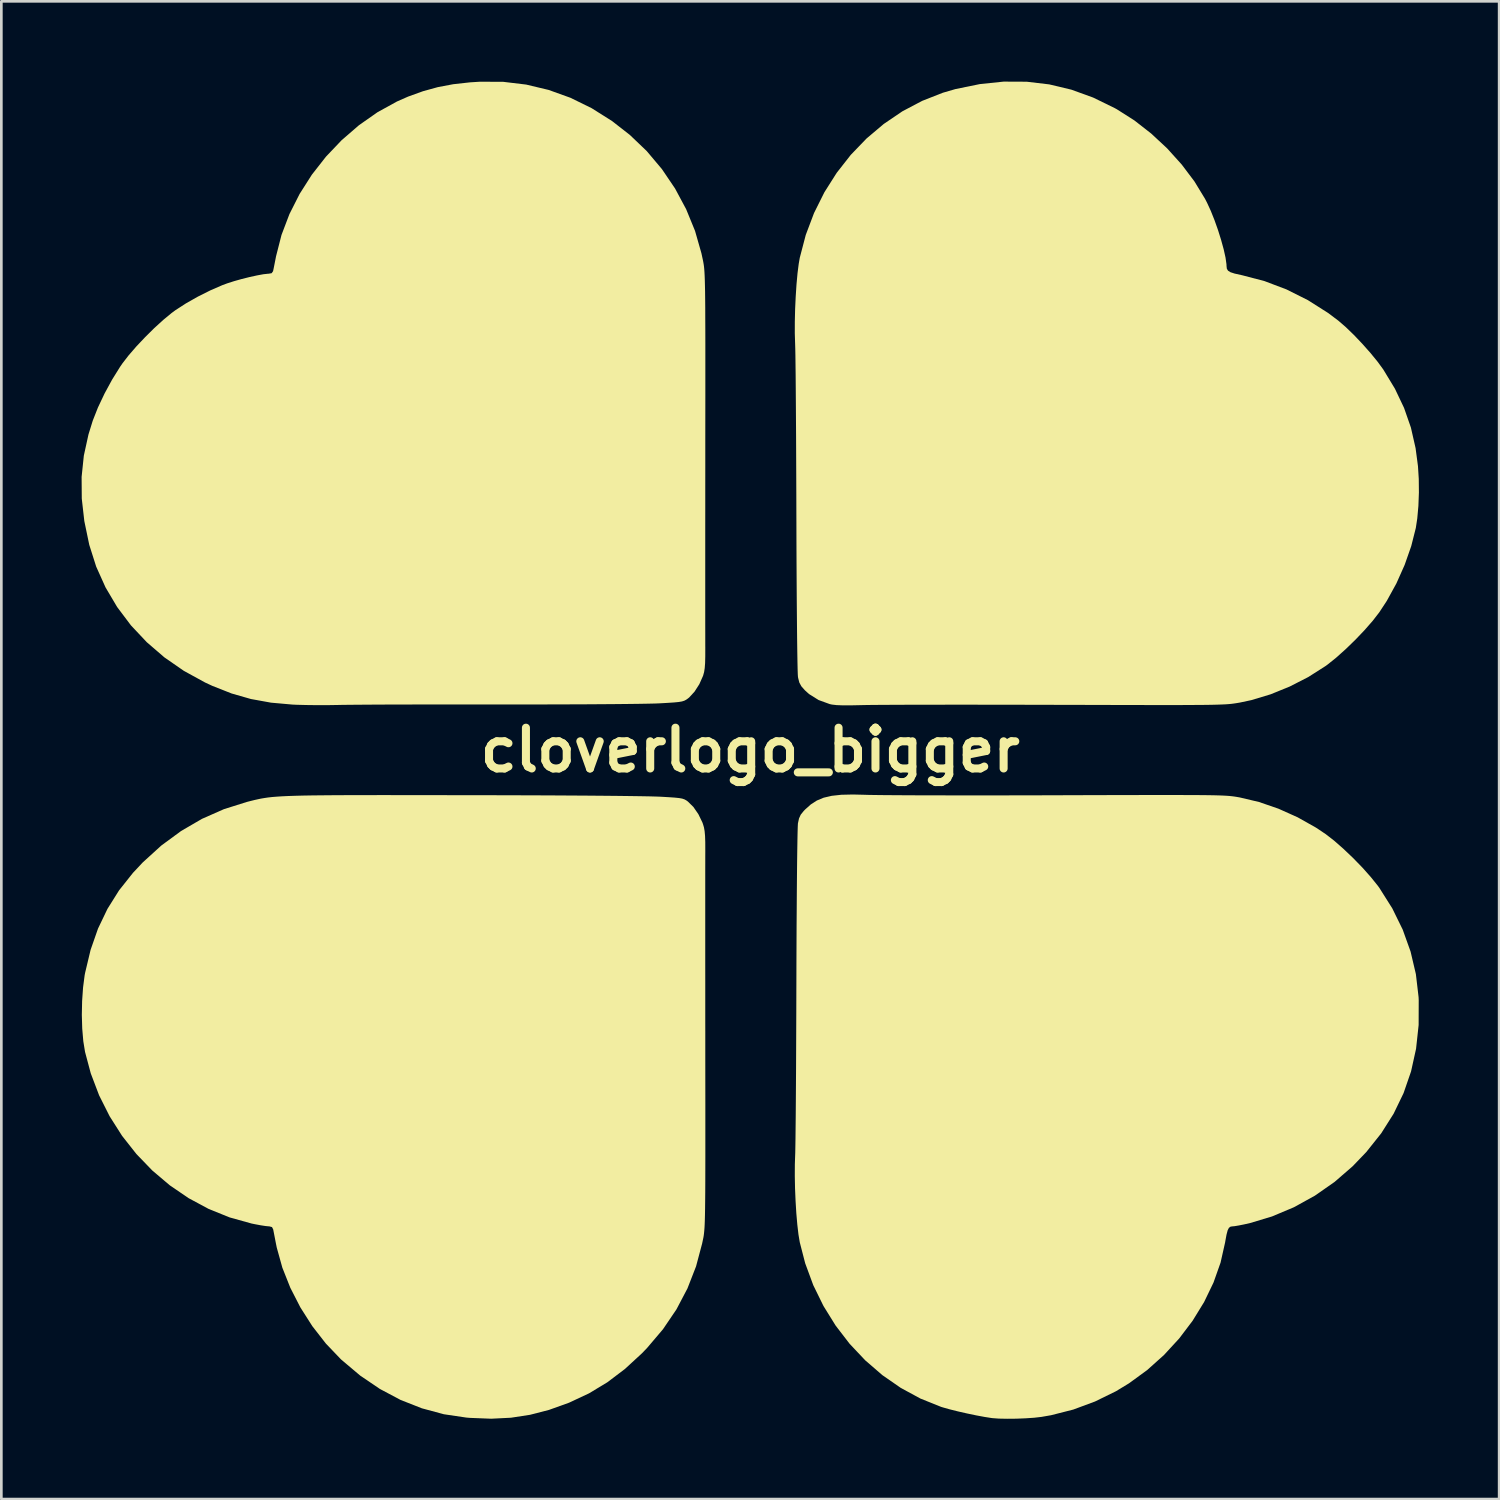
<source format=kicad_pcb>
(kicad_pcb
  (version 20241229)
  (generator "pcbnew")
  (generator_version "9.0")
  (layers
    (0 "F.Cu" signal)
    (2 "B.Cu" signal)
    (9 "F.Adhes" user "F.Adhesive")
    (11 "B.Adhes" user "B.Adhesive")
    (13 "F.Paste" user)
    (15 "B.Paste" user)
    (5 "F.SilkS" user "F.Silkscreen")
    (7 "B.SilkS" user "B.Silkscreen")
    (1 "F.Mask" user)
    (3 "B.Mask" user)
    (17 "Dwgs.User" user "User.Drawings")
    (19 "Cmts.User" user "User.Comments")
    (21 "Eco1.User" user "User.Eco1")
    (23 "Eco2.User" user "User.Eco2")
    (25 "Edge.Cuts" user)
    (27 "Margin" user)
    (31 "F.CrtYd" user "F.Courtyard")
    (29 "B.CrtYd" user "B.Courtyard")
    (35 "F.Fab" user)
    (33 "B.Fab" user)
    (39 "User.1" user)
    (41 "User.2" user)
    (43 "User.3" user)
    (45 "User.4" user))
  (footprint "cloverlogo_bigger"
    (layer "F.Cu")
    (at 24.987 24.98)
    (property "Reference" "cloverlogo_bigger" (at 0 0 0) (layer "F.SilkS") (effects (font (size 1.524 1.524) (thickness 0.3))))
    (attr board_only exclude_from_pos_files exclude_from_bom)
    (fp_poly (pts (xy 4.25 1.672) (xy 4.417 1.677) (xy 4.676 1.681) (xy 5.02 1.685) (xy 5.442 1.688) (xy 5.932 1.691) (xy 6.485 1.693) (xy 7.093 1.694) (xy 7.747 1.695) (xy 8.44 1.695) (xy 9.166 1.695) (xy 9.915 1.694) (xy 10.68 1.692) (xy 10.85 1.692) (xy 11.816 1.689) (xy 12.687 1.686) (xy 13.469 1.684) (xy 14.167 1.683) (xy 14.786 1.681) (xy 15.332 1.681) (xy 15.809 1.681) (xy 16.224 1.682) (xy 16.582 1.683) (xy 16.887 1.685) (xy 17.145 1.688) (xy 17.363 1.692) (xy 17.543 1.697) (xy 17.694 1.703) (xy 17.818 1.71) (xy 17.922 1.718) (xy 18.012 1.728) (xy 18.092 1.738) (xy 18.168 1.75) (xy 18.244 1.763) (xy 18.3 1.773) (xy 19.015 1.942) (xy 19.743 2.193) (xy 20.46 2.515) (xy 21.142 2.899) (xy 21.5 3.138) (xy 21.817 3.383) (xy 22.166 3.689) (xy 22.527 4.032) (xy 22.877 4.392) (xy 23.193 4.747) (xy 23.455 5.073) (xy 23.511 5.15) (xy 23.995 5.917) (xy 24.385 6.712) (xy 24.679 7.532) (xy 24.877 8.374) (xy 24.978 9.235) (xy 24.983 9.35) (xy 24.98 10.277) (xy 24.884 11.163) (xy 24.697 12.01) (xy 24.418 12.819) (xy 24.046 13.59) (xy 23.581 14.325) (xy 23.023 15.025) (xy 22.515 15.554) (xy 21.837 16.142) (xy 21.102 16.655) (xy 20.319 17.087) (xy 19.501 17.431) (xy 18.687 17.676) (xy 18.459 17.728) (xy 18.253 17.769) (xy 18.098 17.795) (xy 18.036 17.8) (xy 17.953 17.811) (xy 17.891 17.855) (xy 17.843 17.949) (xy 17.801 18.107) (xy 17.757 18.345) (xy 17.748 18.4) (xy 17.578 19.155) (xy 17.314 19.901) (xy 16.963 20.629) (xy 16.533 21.329) (xy 16.031 21.992) (xy 15.463 22.609) (xy 14.836 23.171) (xy 14.156 23.667) (xy 13.669 23.963) (xy 12.888 24.346) (xy 12.074 24.648) (xy 11.246 24.859) (xy 10.884 24.922) (xy 10.615 24.953) (xy 10.291 24.975) (xy 9.943 24.989) (xy 9.599 24.992) (xy 9.291 24.986) (xy 9.048 24.968) (xy 9.025 24.965) (xy 8.763 24.924) (xy 8.444 24.865) (xy 8.1 24.793) (xy 7.757 24.715) (xy 7.446 24.637) (xy 7.195 24.566) (xy 7.133 24.547) (xy 6.362 24.237) (xy 5.629 23.84) (xy 4.939 23.362) (xy 4.299 22.809) (xy 3.715 22.19) (xy 3.193 21.511) (xy 2.738 20.778) (xy 2.356 19.999) (xy 2.054 19.18) (xy 1.852 18.397) (xy 1.803 18.105) (xy 1.76 17.735) (xy 1.723 17.309) (xy 1.695 16.85) (xy 1.675 16.379) (xy 1.666 15.918) (xy 1.668 15.489) (xy 1.678 15.187) (xy 1.683 15.053) (xy 1.687 14.826) (xy 1.692 14.513) (xy 1.696 14.122) (xy 1.701 13.66) (xy 1.705 13.133) (xy 1.709 12.55) (xy 1.713 11.917) (xy 1.716 11.242) (xy 1.719 10.531) (xy 1.722 9.792) (xy 1.724 9.032) (xy 1.725 8.787) (xy 1.727 8.026) (xy 1.73 7.29) (xy 1.733 6.586) (xy 1.738 5.92) (xy 1.742 5.299) (xy 1.747 4.729) (xy 1.752 4.217) (xy 1.758 3.77) (xy 1.764 3.394) (xy 1.77 3.095) (xy 1.776 2.881) (xy 1.782 2.758) (xy 1.784 2.737) (xy 1.824 2.555) (xy 1.888 2.416) (xy 2 2.277) (xy 2.053 2.222) (xy 2.263 2.034) (xy 2.489 1.888) (xy 2.746 1.781) (xy 3.047 1.711) (xy 3.405 1.672) (xy 3.836 1.662)) (stroke (width 0) (type solid)) (fill yes) (layer "F.SilkS"))
    (fp_poly (pts (xy 10.334 -24.976) (xy 11.177 -24.876) (xy 12.003 -24.679) (xy 12.816 -24.384) (xy 13.619 -23.992) (xy 13.699 -23.948) (xy 14.355 -23.531) (xy 14.987 -23.038) (xy 15.583 -22.483) (xy 16.126 -21.881) (xy 16.602 -21.249) (xy 16.996 -20.602) (xy 17.072 -20.455) (xy 17.212 -20.151) (xy 17.351 -19.803) (xy 17.482 -19.434) (xy 17.598 -19.063) (xy 17.694 -18.713) (xy 17.763 -18.404) (xy 17.798 -18.157) (xy 17.801 -18.088) (xy 17.812 -17.988) (xy 17.856 -17.915) (xy 17.947 -17.857) (xy 18.104 -17.806) (xy 18.341 -17.753) (xy 18.379 -17.745) (xy 19.217 -17.526) (xy 20.041 -17.214) (xy 20.838 -16.815) (xy 21.595 -16.335) (xy 21.982 -16.044) (xy 22.255 -15.808) (xy 22.561 -15.512) (xy 22.876 -15.181) (xy 23.18 -14.838) (xy 23.449 -14.509) (xy 23.66 -14.22) (xy 24.094 -13.503) (xy 24.435 -12.786) (xy 24.691 -12.051) (xy 24.866 -11.282) (xy 24.955 -10.61) (xy 24.985 -10.132) (xy 24.99 -9.625) (xy 24.971 -9.122) (xy 24.929 -8.656) (xy 24.875 -8.3) (xy 24.703 -7.619) (xy 24.457 -6.918) (xy 24.149 -6.227) (xy 23.79 -5.574) (xy 23.512 -5.15) (xy 23.267 -4.833) (xy 22.961 -4.483) (xy 22.616 -4.121) (xy 22.255 -3.771) (xy 21.9 -3.453) (xy 21.573 -3.191) (xy 21.5 -3.138) (xy 20.856 -2.728) (xy 20.163 -2.373) (xy 19.447 -2.082) (xy 18.732 -1.866) (xy 18.3 -1.774) (xy 18.217 -1.76) (xy 18.139 -1.747) (xy 18.06 -1.736) (xy 17.974 -1.725) (xy 17.877 -1.716) (xy 17.763 -1.708) (xy 17.627 -1.702) (xy 17.463 -1.696) (xy 17.266 -1.691) (xy 17.031 -1.687) (xy 16.753 -1.685) (xy 16.425 -1.683) (xy 16.043 -1.681) (xy 15.602 -1.681) (xy 15.095 -1.681) (xy 14.518 -1.682) (xy 13.866 -1.683) (xy 13.132 -1.685) (xy 12.312 -1.687) (xy 11.401 -1.689) (xy 10.85 -1.69) (xy 10.077 -1.692) (xy 9.319 -1.694) (xy 8.582 -1.694) (xy 7.875 -1.695) (xy 7.204 -1.694) (xy 6.578 -1.693) (xy 6.004 -1.692) (xy 5.491 -1.691) (xy 5.044 -1.688) (xy 4.673 -1.686) (xy 4.384 -1.683) (xy 4.186 -1.679) (xy 4.15 -1.678) (xy 3.76 -1.67) (xy 3.456 -1.67) (xy 3.226 -1.679) (xy 3.055 -1.699) (xy 2.975 -1.716) (xy 2.554 -1.869) (xy 2.196 -2.094) (xy 2.044 -2.232) (xy 1.912 -2.381) (xy 1.836 -2.52) (xy 1.791 -2.696) (xy 1.784 -2.737) (xy 1.778 -2.824) (xy 1.772 -3.005) (xy 1.766 -3.273) (xy 1.76 -3.621) (xy 1.754 -4.042) (xy 1.749 -4.531) (xy 1.744 -5.08) (xy 1.739 -5.683) (xy 1.735 -6.333) (xy 1.731 -7.024) (xy 1.728 -7.748) (xy 1.726 -8.501) (xy 1.725 -8.787) (xy 1.723 -9.552) (xy 1.72 -10.298) (xy 1.717 -11.019) (xy 1.714 -11.706) (xy 1.71 -12.353) (xy 1.706 -12.953) (xy 1.702 -13.498) (xy 1.698 -13.982) (xy 1.693 -14.397) (xy 1.689 -14.735) (xy 1.684 -14.99) (xy 1.679 -15.155) (xy 1.678 -15.187) (xy 1.666 -15.575) (xy 1.667 -16.012) (xy 1.678 -16.477) (xy 1.7 -16.947) (xy 1.73 -17.402) (xy 1.768 -17.818) (xy 1.813 -18.173) (xy 1.852 -18.397) (xy 2.076 -19.251) (xy 2.385 -20.069) (xy 2.772 -20.845) (xy 3.232 -21.571) (xy 3.759 -22.243) (xy 4.347 -22.854) (xy 4.991 -23.398) (xy 5.685 -23.869) (xy 6.423 -24.259) (xy 7.199 -24.564) (xy 7.67 -24.701) (xy 8.585 -24.888) (xy 9.472 -24.98)) (stroke (width 0) (type solid)) (fill yes) (layer "F.SilkS"))
    (fp_poly (pts (xy -12.971 1.685) (xy -12.151 1.685) (xy -11.244 1.687) (xy -10.245 1.688) (xy -9.625 1.689) (xy -8.878 1.691) (xy -8.146 1.693) (xy -7.436 1.696) (xy -6.756 1.7) (xy -6.114 1.704) (xy -5.519 1.709) (xy -4.977 1.714) (xy -4.496 1.72) (xy -4.085 1.726) (xy -3.752 1.732) (xy -3.504 1.739) (xy -3.365 1.744) (xy -3.052 1.762) (xy -2.821 1.778) (xy -2.656 1.795) (xy -2.54 1.816) (xy -2.456 1.845) (xy -2.387 1.883) (xy -2.33 1.925) (xy -2.124 2.127) (xy -1.937 2.398) (xy -1.788 2.705) (xy -1.765 2.768) (xy -1.729 2.89) (xy -1.704 3.031) (xy -1.688 3.208) (xy -1.68 3.443) (xy -1.679 3.754) (xy -1.679 3.825) (xy -1.68 3.98) (xy -1.68 4.228) (xy -1.681 4.561) (xy -1.681 4.972) (xy -1.681 5.453) (xy -1.681 5.998) (xy -1.681 6.6) (xy -1.681 7.249) (xy -1.681 7.941) (xy -1.68 8.666) (xy -1.68 9.418) (xy -1.68 10.189) (xy -1.679 10.525) (xy -1.679 11.523) (xy -1.678 12.427) (xy -1.677 13.241) (xy -1.677 13.97) (xy -1.677 14.62) (xy -1.677 15.195) (xy -1.678 15.7) (xy -1.679 16.142) (xy -1.681 16.524) (xy -1.684 16.852) (xy -1.687 17.131) (xy -1.691 17.367) (xy -1.696 17.563) (xy -1.702 17.726) (xy -1.709 17.86) (xy -1.718 17.971) (xy -1.727 18.064) (xy -1.737 18.143) (xy -1.749 18.214) (xy -1.763 18.282) (xy -1.778 18.352) (xy -1.794 18.43) (xy -1.794 18.432) (xy -2.024 19.296) (xy -2.345 20.12) (xy -2.757 20.904) (xy -3.26 21.646) (xy -3.855 22.347) (xy -4.05 22.549) (xy -4.686 23.134) (xy -5.34 23.629) (xy -6.026 24.043) (xy -6.758 24.386) (xy -6.793 24.4) (xy -7.521 24.661) (xy -8.23 24.844) (xy -8.942 24.953) (xy -9.68 24.99) (xy -10.469 24.959) (xy -10.606 24.948) (xy -11.449 24.823) (xy -12.272 24.601) (xy -13.071 24.286) (xy -13.839 23.878) (xy -14.574 23.38) (xy -15.268 22.795) (xy -15.298 22.768) (xy -15.858 22.182) (xy -16.365 21.531) (xy -16.811 20.831) (xy -17.187 20.097) (xy -17.485 19.346) (xy -17.694 18.594) (xy -17.725 18.442) (xy -17.765 18.235) (xy -17.8 18.055) (xy -17.824 17.932) (xy -17.828 17.913) (xy -17.872 17.828) (xy -17.974 17.801) (xy -18.002 17.8) (xy -18.115 17.789) (xy -18.296 17.761) (xy -18.514 17.72) (xy -18.636 17.695) (xy -19.455 17.467) (xy -20.241 17.149) (xy -20.989 16.747) (xy -21.692 16.267) (xy -22.345 15.714) (xy -22.941 15.096) (xy -23.475 14.418) (xy -23.941 13.685) (xy -24.333 12.905) (xy -24.645 12.083) (xy -24.859 11.282) (xy -24.924 10.88) (xy -24.964 10.409) (xy -24.979 9.899) (xy -24.968 9.379) (xy -24.933 8.876) (xy -24.874 8.419) (xy -24.856 8.325) (xy -24.651 7.467) (xy -24.374 6.673) (xy -24.021 5.936) (xy -23.587 5.244) (xy -23.066 4.588) (xy -22.7 4.198) (xy -22.007 3.568) (xy -21.269 3.026) (xy -20.489 2.572) (xy -19.669 2.21) (xy -18.812 1.94) (xy -18.769 1.929) (xy -18.639 1.896) (xy -18.517 1.866) (xy -18.4 1.84) (xy -18.282 1.815) (xy -18.158 1.794) (xy -18.024 1.774) (xy -17.873 1.757) (xy -17.701 1.743) (xy -17.503 1.73) (xy -17.274 1.719) (xy -17.008 1.71) (xy -16.702 1.702) (xy -16.348 1.696) (xy -15.944 1.692) (xy -15.482 1.688) (xy -14.96 1.686) (xy -14.37 1.685) (xy -13.709 1.684)) (stroke (width 0) (type solid)) (fill yes) (layer "F.SilkS"))
    (fp_poly (pts (xy -9.229 -24.972) (xy -8.372 -24.869) (xy -7.533 -24.669) (xy -6.716 -24.375) (xy -5.924 -23.986) (xy -5.163 -23.506) (xy -4.497 -22.986) (xy -3.867 -22.384) (xy -3.301 -21.712) (xy -2.808 -20.984) (xy -2.393 -20.209) (xy -2.062 -19.4) (xy -1.824 -18.567) (xy -1.795 -18.432) (xy -1.778 -18.354) (xy -1.763 -18.284) (xy -1.75 -18.215) (xy -1.738 -18.144) (xy -1.727 -18.064) (xy -1.718 -17.972) (xy -1.71 -17.861) (xy -1.703 -17.726) (xy -1.697 -17.564) (xy -1.692 -17.367) (xy -1.687 -17.132) (xy -1.684 -16.854) (xy -1.681 -16.526) (xy -1.68 -16.144) (xy -1.678 -15.703) (xy -1.677 -15.197) (xy -1.677 -14.623) (xy -1.677 -13.973) (xy -1.677 -13.245) (xy -1.678 -12.431) (xy -1.679 -11.527) (xy -1.679 -10.55) (xy -1.68 -9.771) (xy -1.68 -9.008) (xy -1.681 -8.269) (xy -1.681 -7.561) (xy -1.681 -6.891) (xy -1.681 -6.266) (xy -1.681 -5.694) (xy -1.681 -5.183) (xy -1.681 -4.739) (xy -1.68 -4.369) (xy -1.68 -4.082) (xy -1.68 -3.884) (xy -1.679 -3.825) (xy -1.68 -3.497) (xy -1.686 -3.249) (xy -1.7 -3.062) (xy -1.723 -2.916) (xy -1.757 -2.791) (xy -1.765 -2.768) (xy -1.902 -2.46) (xy -2.081 -2.182) (xy -2.281 -1.964) (xy -2.327 -1.927) (xy -2.395 -1.879) (xy -2.464 -1.843) (xy -2.551 -1.816) (xy -2.674 -1.795) (xy -2.848 -1.778) (xy -3.09 -1.762) (xy -3.388 -1.745) (xy -3.564 -1.738) (xy -3.832 -1.732) (xy -4.183 -1.726) (xy -4.609 -1.721) (xy -5.102 -1.716) (xy -5.654 -1.712) (xy -6.257 -1.708) (xy -6.901 -1.706) (xy -7.58 -1.704) (xy -8.284 -1.703) (xy -9.006 -1.703) (xy -9.375 -1.703) (xy -10.103 -1.704) (xy -10.819 -1.704) (xy -11.514 -1.703) (xy -12.18 -1.703) (xy -12.808 -1.701) (xy -13.391 -1.7) (xy -13.919 -1.698) (xy -14.384 -1.695) (xy -14.779 -1.692) (xy -15.094 -1.689) (xy -15.322 -1.686) (xy -15.4 -1.684) (xy -15.77 -1.678) (xy -16.176 -1.677) (xy -16.58 -1.682) (xy -16.943 -1.691) (xy -17.1 -1.698) (xy -17.907 -1.77) (xy -18.658 -1.906) (xy -19.38 -2.113) (xy -20.1 -2.397) (xy -20.375 -2.525) (xy -21.165 -2.958) (xy -21.894 -3.463) (xy -22.555 -4.033) (xy -23.146 -4.662) (xy -23.66 -5.346) (xy -24.093 -6.078) (xy -24.442 -6.853) (xy -24.7 -7.665) (xy -24.704 -7.682) (xy -24.886 -8.557) (xy -24.981 -9.395) (xy -24.987 -10.207) (xy -24.904 -11.002) (xy -24.731 -11.791) (xy -24.571 -12.308) (xy -24.377 -12.8) (xy -24.129 -13.324) (xy -23.847 -13.843) (xy -23.549 -14.322) (xy -23.461 -14.45) (xy -23.23 -14.749) (xy -22.941 -15.083) (xy -22.615 -15.428) (xy -22.274 -15.766) (xy -21.936 -16.074) (xy -21.625 -16.331) (xy -21.486 -16.434) (xy -21.091 -16.69) (xy -20.643 -16.944) (xy -20.178 -17.177) (xy -19.733 -17.371) (xy -19.547 -17.44) (xy -19.294 -17.521) (xy -19.008 -17.602) (xy -18.712 -17.676) (xy -18.433 -17.737) (xy -18.195 -17.781) (xy -18.022 -17.8) (xy -18.002 -17.8) (xy -17.885 -17.82) (xy -17.833 -17.893) (xy -17.828 -17.913) (xy -17.807 -18.012) (xy -17.774 -18.18) (xy -17.734 -18.383) (xy -17.721 -18.45) (xy -17.517 -19.249) (xy -17.22 -20.03) (xy -16.839 -20.784) (xy -16.381 -21.503) (xy -15.854 -22.176) (xy -15.265 -22.795) (xy -14.621 -23.351) (xy -13.931 -23.835) (xy -13.201 -24.237) (xy -12.788 -24.419) (xy -12.229 -24.621) (xy -11.674 -24.774) (xy -11.097 -24.883) (xy -10.467 -24.953) (xy -10.1 -24.976)) (stroke (width 0) (type solid)) (fill yes) (layer "F.SilkS")))
  (gr_rect
    (start -3 -3)
    (end 52.976 52.972)
    (stroke (width 0.1) (type default))
    (fill no)
    (layer "Edge.Cuts")))
</source>
